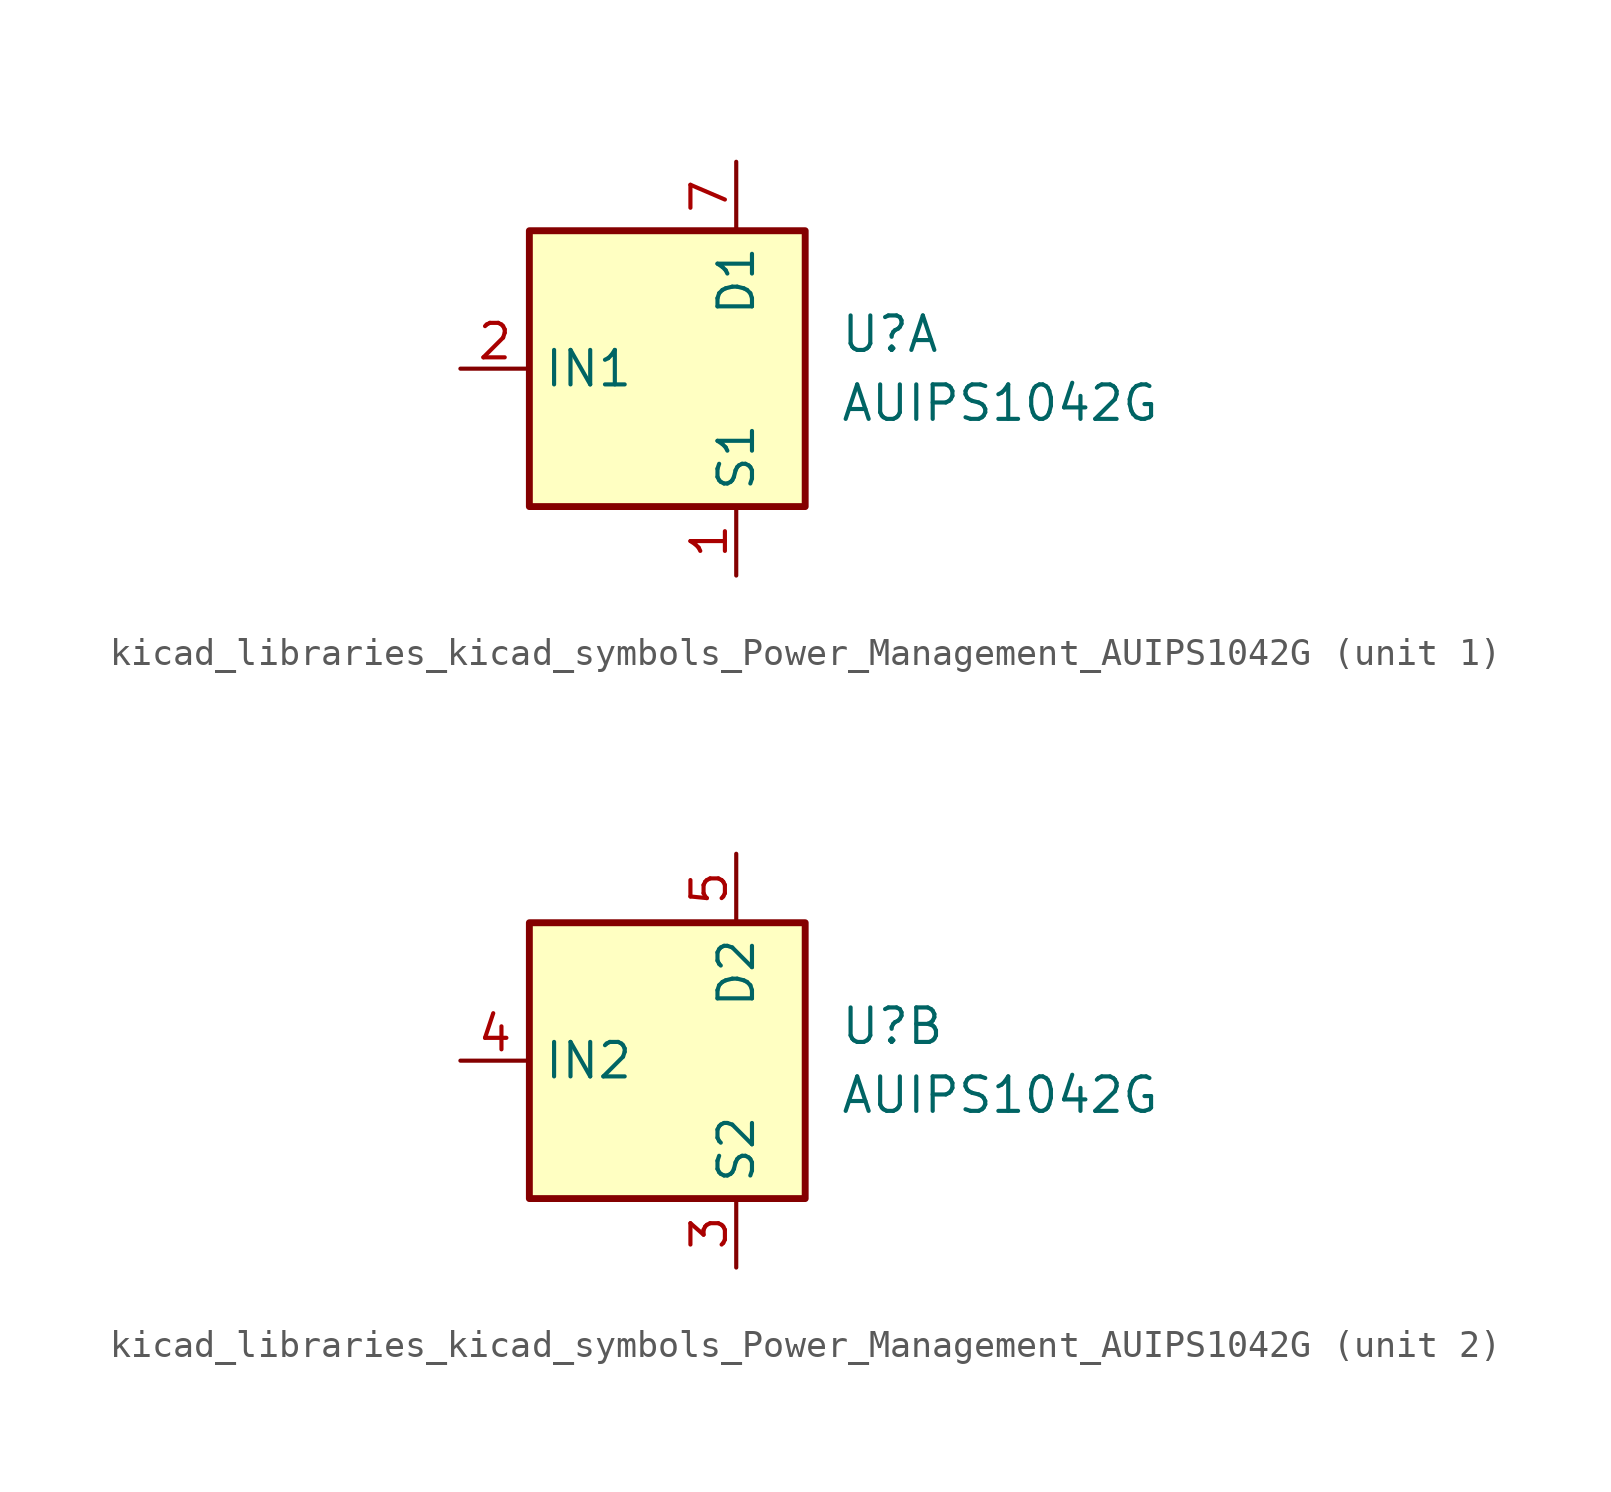
<source format=kicad_sym>
(kicad_symbol_lib
  (version 20220914)
  (generator kicad_symbol_editor)
  (symbol "kicad_libraries_kicad_symbols_Power_Management_AUIPS1042G"
    (property "Reference" "U"
      (at 3.81 1.27 0)
      (effects (font (size 1.27 1.27)) (justify left)))
    (property "Value" "AUIPS1042G"
      (at 3.81 -1.27 0)
      (effects (font (size 1.27 1.27)) (justify left)))
    (symbol "kicad_libraries_kicad_symbols_Power_Management_AUIPS1042G_0_1"
      (rectangle (start -7.62 5.08) (end 2.54 -5.08) (stroke (width 0.254) (type default)) (fill (type background))))
    (symbol "kicad_libraries_kicad_symbols_Power_Management_AUIPS1042G_1_1"
      (pin power_in line (at 0 -7.62 90) (length 2.54) (name "S1" (effects (font (size 1.27 1.27)))) (number "1" (effects (font (size 1.27 1.27)))))
      (pin input line (at -10.16 0 0) (length 2.54) (name "IN1" (effects (font (size 1.27 1.27)))) (number "2" (effects (font (size 1.27 1.27)))))
      (pin passive line (at 0 7.62 270) (length 2.54) (name "D1" (effects (font (size 1.27 1.27)))) (number "7" (effects (font (size 1.27 1.27)))))
      (pin passive line (at 0 7.62 270) (length 2.54) hide (name "D1" (effects (font (size 1.27 1.27)))) (number "8" (effects (font (size 1.27 1.27))))))
    (symbol "kicad_libraries_kicad_symbols_Power_Management_AUIPS1042G_2_1"
      (pin power_in line (at 0 -7.62 90) (length 2.54) (name "S2" (effects (font (size 1.27 1.27)))) (number "3" (effects (font (size 1.27 1.27)))))
      (pin input line (at -10.16 0 0) (length 2.54) (name "IN2" (effects (font (size 1.27 1.27)))) (number "4" (effects (font (size 1.27 1.27)))))
      (pin passive line (at 0 7.62 270) (length 2.54) (name "D2" (effects (font (size 1.27 1.27)))) (number "5" (effects (font (size 1.27 1.27)))))
      (pin passive line (at 0 7.62 270) (length 2.54) hide (name "D2" (effects (font (size 1.27 1.27)))) (number "6" (effects (font (size 1.27 1.27))))))))
</source>
